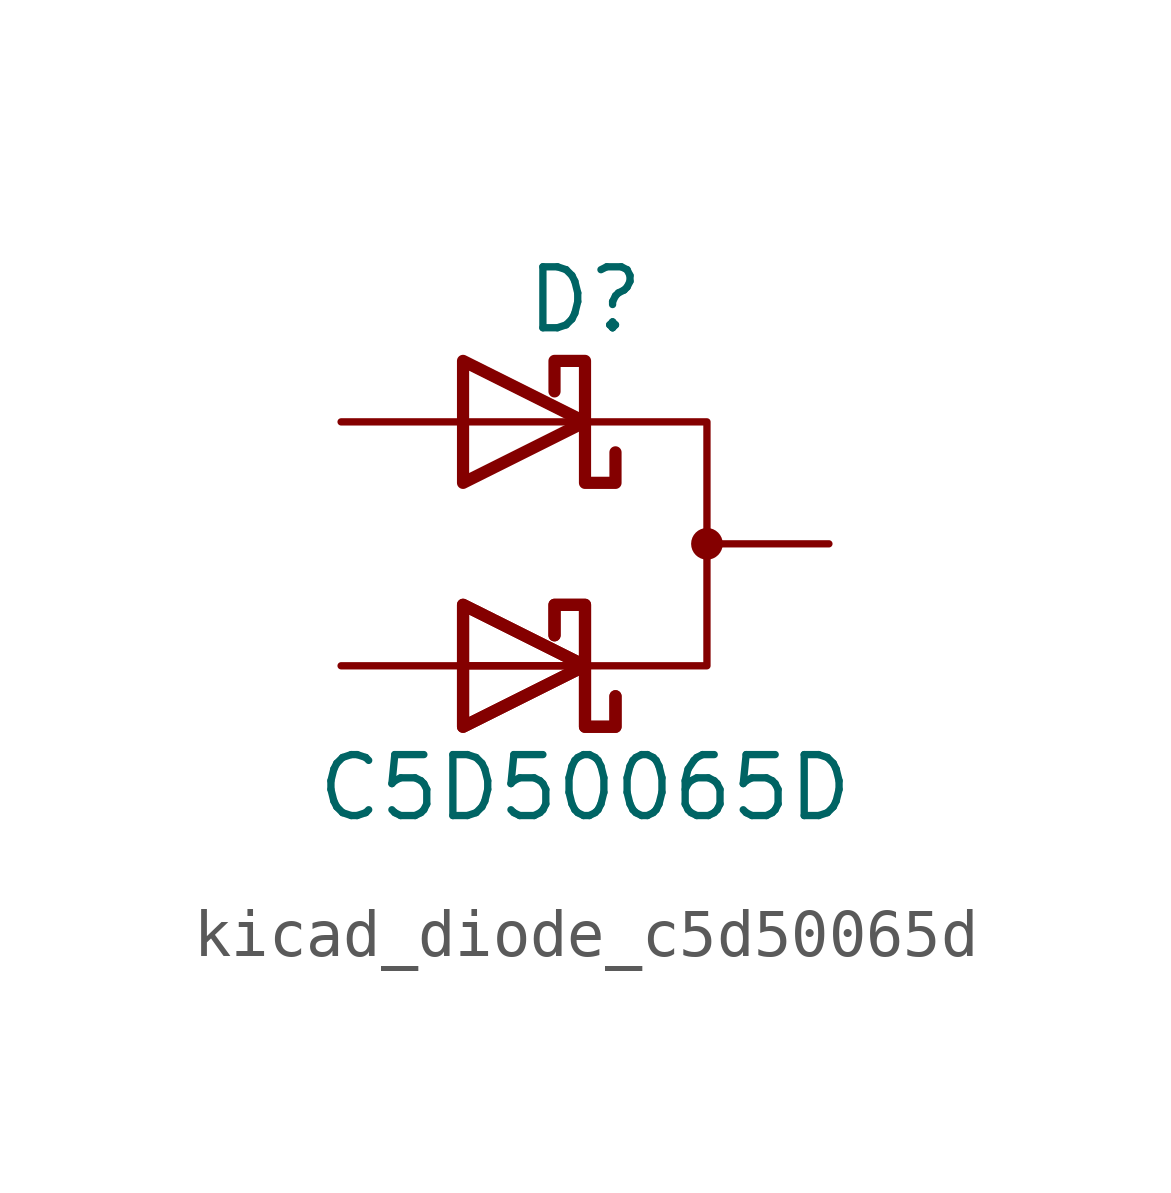
<source format=kicad_sym>
(kicad_symbol_lib
  (version 20220914)
  (generator kicad_symbol_editor)
  (symbol "kicad_diode_c5d50065d"
    (pin_numbers hide)
    (pin_names
      (offset 1.016) hide)
    (property "Reference" "D"
      (at 0 5.08 0)
      (effects (font (size 1.27 1.27))))
    (property "Value" "C5D50065D"
      (at 0 -5.08 0)
      (effects (font (size 1.27 1.27))))
    (symbol "kicad_diode_c5d50065d_0_1"
      (polyline (pts (xy -2.54 -2.54) (xy 0 -2.54)) (stroke (width 0) (type default)) (fill (type none)))
      (polyline (pts (xy -2.54 -2.54) (xy 0 -2.54)) (stroke (width 0) (type default)) (fill (type none)))
      (polyline (pts (xy -2.54 2.54) (xy 0 2.54)) (stroke (width 0) (type default)) (fill (type none)))
      (polyline (pts (xy -2.54 -3.81) (xy -2.54 -1.27) (xy 0 -2.54) (xy -2.54 -3.81)) (stroke (width 0.254) (type default)) (fill (type none)))
      (polyline (pts (xy -2.54 -3.81) (xy -2.54 -1.27) (xy 0 -2.54) (xy -2.54 -3.81)) (stroke (width 0.254) (type default)) (fill (type none)))
      (polyline (pts (xy -2.54 1.27) (xy -2.54 3.81) (xy 0 2.54) (xy -2.54 1.27)) (stroke (width 0.254) (type default)) (fill (type none)))
      (polyline (pts (xy 0 2.54) (xy 2.54 2.54) (xy 2.54 -2.54) (xy 0 -2.54)) (stroke (width 0) (type default)) (fill (type none)))
      (polyline (pts (xy 0.635 -3.175) (xy 0.635 -3.81) (xy 0 -3.81) (xy 0 -1.27) (xy -0.635 -1.27) (xy -0.635 -1.905)) (stroke (width 0.254) (type default)) (fill (type none)))
      (polyline (pts (xy 0.635 -3.175) (xy 0.635 -3.81) (xy 0 -3.81) (xy 0 -1.27) (xy -0.635 -1.27) (xy -0.635 -1.905)) (stroke (width 0.254) (type default)) (fill (type none)))
      (polyline (pts (xy 0.635 1.905) (xy 0.635 1.27) (xy 0 1.27) (xy 0 3.81) (xy -0.635 3.81) (xy -0.635 3.175)) (stroke (width 0.254) (type default)) (fill (type none)))
      (circle (center 2.54 0) (radius 0.254) (stroke (width 0) (type default)) (fill (type outline))))
    (symbol "kicad_diode_c5d50065d_1_1"
      (pin passive line (at -5.08 2.54 0) (length 2.54) (name "A1" (effects (font (size 1.27 1.27)))) (number "1" (effects (font (size 1.27 1.27)))))
      (pin passive line (at 5.08 0 180) (length 2.54) (name "K" (effects (font (size 1.27 1.27)))) (number "2" (effects (font (size 1.27 1.27)))))
      (pin passive line (at -5.08 -2.54 0) (length 2.54) (name "A2" (effects (font (size 1.27 1.27)))) (number "3" (effects (font (size 1.27 1.27))))))))
</source>
